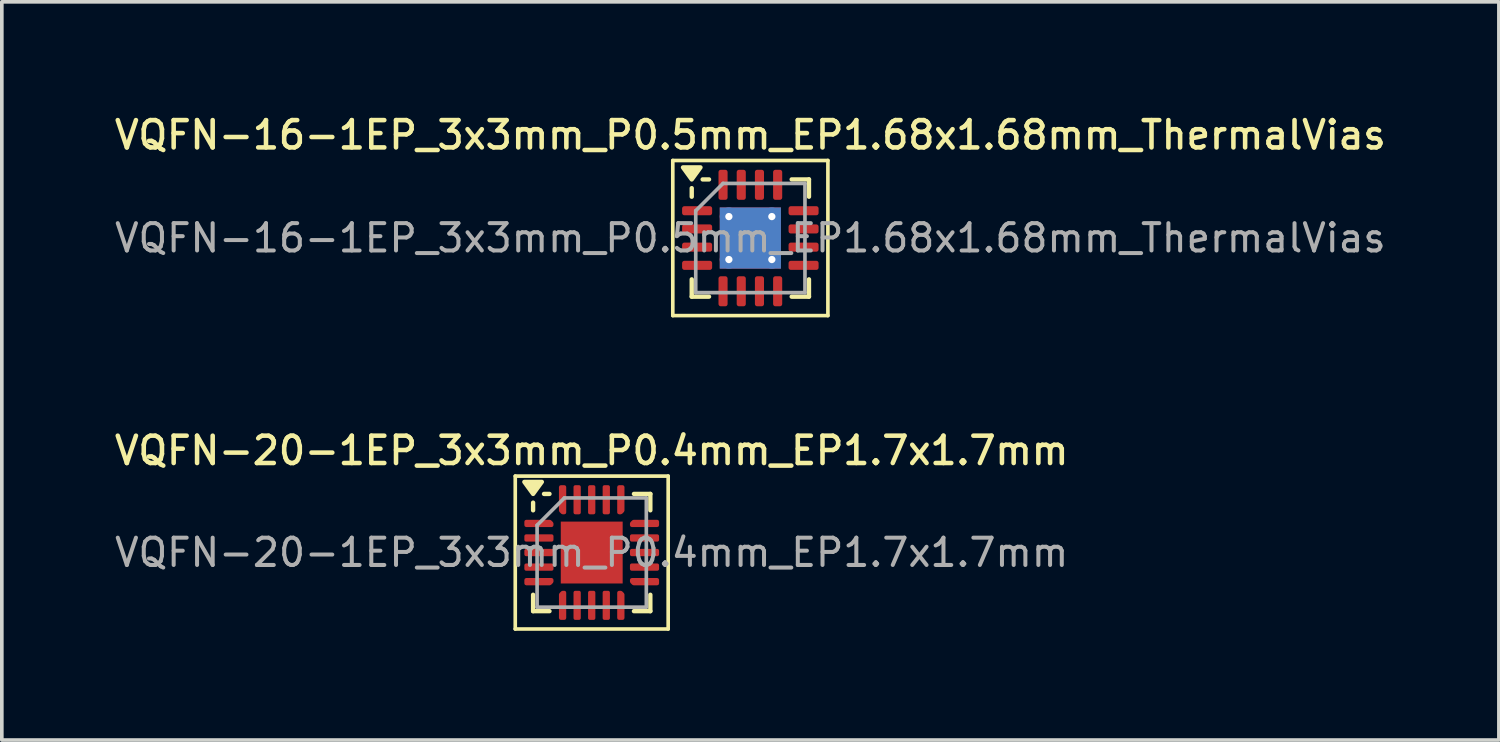
<source format=kicad_pcb>
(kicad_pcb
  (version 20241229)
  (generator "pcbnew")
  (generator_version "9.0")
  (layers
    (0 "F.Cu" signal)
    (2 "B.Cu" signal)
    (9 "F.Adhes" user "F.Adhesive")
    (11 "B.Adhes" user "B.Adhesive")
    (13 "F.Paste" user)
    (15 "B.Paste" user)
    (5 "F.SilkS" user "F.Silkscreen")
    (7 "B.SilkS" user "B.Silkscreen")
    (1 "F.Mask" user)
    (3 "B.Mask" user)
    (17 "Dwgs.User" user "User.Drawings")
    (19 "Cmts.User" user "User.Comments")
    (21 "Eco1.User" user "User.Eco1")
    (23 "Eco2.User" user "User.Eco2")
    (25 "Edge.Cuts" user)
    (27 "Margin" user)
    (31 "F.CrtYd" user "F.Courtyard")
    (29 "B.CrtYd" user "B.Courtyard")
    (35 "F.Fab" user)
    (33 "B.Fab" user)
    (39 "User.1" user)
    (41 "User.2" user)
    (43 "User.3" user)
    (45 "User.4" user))
  (footprint "VQFN-16-1EP_3x3mm_P0.5mm_EP1.68x1.68mm_ThermalVias"
    (layer "F.Cu")
    (at 17.559 3.488)
    (property "Reference" "VQFN-16-1EP_3x3mm_P0.5mm_EP1.68x1.68mm_ThermalVias" (at 0 -2.83 0) (layer "F.SilkS") (effects (font (size 0.75 0.75) (thickness 0.125))))
    (attr smd)
    (fp_line (start -2.13 -2.13) (end -2.13 2.13) (stroke (width 0.1) (type solid)) (layer "F.SilkS"))
    (fp_line (start -2.13 2.13) (end 2.13 2.13) (stroke (width 0.1) (type solid)) (layer "F.SilkS"))
    (fp_line (start -1.61 -1.135) (end -1.61 -1.37) (stroke (width 0.12) (type solid)) (layer "F.SilkS"))
    (fp_line (start -1.61 1.61) (end -1.61 1.135) (stroke (width 0.12) (type solid)) (layer "F.SilkS"))
    (fp_line (start -1.135 -1.61) (end -1.31 -1.61) (stroke (width 0.12) (type solid)) (layer "F.SilkS"))
    (fp_line (start -1.135 1.61) (end -1.61 1.61) (stroke (width 0.12) (type solid)) (layer "F.SilkS"))
    (fp_line (start 1.135 -1.61) (end 1.61 -1.61) (stroke (width 0.12) (type solid)) (layer "F.SilkS"))
    (fp_line (start 1.135 1.61) (end 1.61 1.61) (stroke (width 0.12) (type solid)) (layer "F.SilkS"))
    (fp_line (start 1.61 -1.61) (end 1.61 -1.135) (stroke (width 0.12) (type solid)) (layer "F.SilkS"))
    (fp_line (start 1.61 1.61) (end 1.61 1.135) (stroke (width 0.12) (type solid)) (layer "F.SilkS"))
    (fp_line (start 2.13 -2.13) (end -2.13 -2.13) (stroke (width 0.1) (type solid)) (layer "F.SilkS"))
    (fp_line (start 2.13 2.13) (end 2.13 -2.13) (stroke (width 0.1) (type solid)) (layer "F.SilkS"))
    (fp_poly (pts (xy -1.61 -1.61) (xy -1.85 -1.94) (xy -1.37 -1.94) (xy -1.61 -1.61)) (stroke (width 0.12) (type solid)) (fill yes) (layer "F.SilkS"))
    (fp_line (start -1.5 -0.75) (end -0.75 -1.5) (stroke (width 0.1) (type solid)) (layer "F.Fab"))
    (fp_line (start -1.5 1.5) (end -1.5 -0.75) (stroke (width 0.1) (type solid)) (layer "F.Fab"))
    (fp_line (start -0.75 -1.5) (end 1.5 -1.5) (stroke (width 0.1) (type solid)) (layer "F.Fab"))
    (fp_line (start 1.5 -1.5) (end 1.5 1.5) (stroke (width 0.1) (type solid)) (layer "F.Fab"))
    (fp_line (start 1.5 1.5) (end -1.5 1.5) (stroke (width 0.1) (type solid)) (layer "F.Fab"))
    (fp_text user "${REFERENCE}" (at 0 0 0) (layer "F.Fab") (effects (font (size 0.75 0.75) (thickness 0.11))))
    (pad "" smd roundrect (at -0.42 -0.42) (size 0.73 0.73) (layers "F.Paste") (roundrect_rratio 0.25))
    (pad "" smd roundrect (at -0.42 0.42) (size 0.73 0.73) (layers "F.Paste") (roundrect_rratio 0.25))
    (pad "" smd roundrect (at 0.42 -0.42) (size 0.73 0.73) (layers "F.Paste") (roundrect_rratio 0.25))
    (pad "" smd roundrect (at 0.42 0.42) (size 0.73 0.73) (layers "F.Paste") (roundrect_rratio 0.25))
    (pad "1" smd roundrect (at -1.462 -0.75) (size 0.825 0.25) (layers "F.Cu" "F.Mask" "F.Paste") (roundrect_rratio 0.25))
    (pad "2" smd roundrect (at -1.462 -0.25) (size 0.825 0.25) (layers "F.Cu" "F.Mask" "F.Paste") (roundrect_rratio 0.25))
    (pad "3" smd roundrect (at -1.462 0.25) (size 0.825 0.25) (layers "F.Cu" "F.Mask" "F.Paste") (roundrect_rratio 0.25))
    (pad "4" smd roundrect (at -1.462 0.75) (size 0.825 0.25) (layers "F.Cu" "F.Mask" "F.Paste") (roundrect_rratio 0.25))
    (pad "5" smd roundrect (at -0.75 1.462) (size 0.25 0.825) (layers "F.Cu" "F.Mask" "F.Paste") (roundrect_rratio 0.25))
    (pad "6" smd roundrect (at -0.25 1.462) (size 0.25 0.825) (layers "F.Cu" "F.Mask" "F.Paste") (roundrect_rratio 0.25))
    (pad "7" smd roundrect (at 0.25 1.462) (size 0.25 0.825) (layers "F.Cu" "F.Mask" "F.Paste") (roundrect_rratio 0.25))
    (pad "8" smd roundrect (at 0.75 1.462) (size 0.25 0.825) (layers "F.Cu" "F.Mask" "F.Paste") (roundrect_rratio 0.25))
    (pad "9" smd roundrect (at 1.462 0.75) (size 0.825 0.25) (layers "F.Cu" "F.Mask" "F.Paste") (roundrect_rratio 0.25))
    (pad "10" smd roundrect (at 1.462 0.25) (size 0.825 0.25) (layers "F.Cu" "F.Mask" "F.Paste") (roundrect_rratio 0.25))
    (pad "11" smd roundrect (at 1.462 -0.25) (size 0.825 0.25) (layers "F.Cu" "F.Mask" "F.Paste") (roundrect_rratio 0.25))
    (pad "12" smd roundrect (at 1.462 -0.75) (size 0.825 0.25) (layers "F.Cu" "F.Mask" "F.Paste") (roundrect_rratio 0.25))
    (pad "13" smd roundrect (at 0.75 -1.462) (size 0.25 0.825) (layers "F.Cu" "F.Mask" "F.Paste") (roundrect_rratio 0.25))
    (pad "14" smd roundrect (at 0.25 -1.462) (size 0.25 0.825) (layers "F.Cu" "F.Mask" "F.Paste") (roundrect_rratio 0.25))
    (pad "15" smd roundrect (at -0.25 -1.462) (size 0.25 0.825) (layers "F.Cu" "F.Mask" "F.Paste") (roundrect_rratio 0.25))
    (pad "16" smd roundrect (at -0.75 -1.462) (size 0.25 0.825) (layers "F.Cu" "F.Mask" "F.Paste") (roundrect_rratio 0.25))
    (pad "17" thru_hole circle (at -0.59 -0.59) (size 0.5 0.5) (drill 0.2) (property pad_prop_heatsink) (layers "*.Cu"))
    (pad "17" thru_hole circle (at -0.59 0.59) (size 0.5 0.5) (drill 0.2) (property pad_prop_heatsink) (layers "*.Cu"))
    (pad "17" smd rect (at 0 0) (size 1.68 1.68) (property pad_prop_heatsink) (layers "F.Cu" "F.Mask"))
    (pad "17" smd rect (at 0 0) (size 1.68 1.68) (property pad_prop_heatsink) (layers "B.Cu"))
    (pad "17" thru_hole circle (at 0.59 -0.59) (size 0.5 0.5) (drill 0.2) (property pad_prop_heatsink) (layers "*.Cu"))
    (pad "17" thru_hole circle (at 0.59 0.59) (size 0.5 0.5) (drill 0.2) (property pad_prop_heatsink) (layers "*.Cu")))
  (footprint "VQFN-20-1EP_3x3mm_P0.4mm_EP1.7x1.7mm"
    (layer "F.Cu")
    (at 13.202 12.126)
    (property "Reference" "VQFN-20-1EP_3x3mm_P0.4mm_EP1.7x1.7mm" (at 0 -2.8 0) (layer "F.SilkS") (effects (font (size 0.75 0.75) (thickness 0.125))))
    (attr smd)
    (fp_line (start -2.1 -2.1) (end -2.1 2.1) (stroke (width 0.1) (type solid)) (layer "F.SilkS"))
    (fp_line (start -2.1 2.1) (end 2.1 2.1) (stroke (width 0.1) (type solid)) (layer "F.SilkS"))
    (fp_line (start -1.61 -1.16) (end -1.61 -1.37) (stroke (width 0.12) (type solid)) (layer "F.SilkS"))
    (fp_line (start -1.61 1.61) (end -1.61 1.16) (stroke (width 0.12) (type solid)) (layer "F.SilkS"))
    (fp_line (start -1.16 -1.61) (end -1.31 -1.61) (stroke (width 0.12) (type solid)) (layer "F.SilkS"))
    (fp_line (start -1.16 1.61) (end -1.61 1.61) (stroke (width 0.12) (type solid)) (layer "F.SilkS"))
    (fp_line (start 1.16 -1.61) (end 1.61 -1.61) (stroke (width 0.12) (type solid)) (layer "F.SilkS"))
    (fp_line (start 1.16 1.61) (end 1.61 1.61) (stroke (width 0.12) (type solid)) (layer "F.SilkS"))
    (fp_line (start 1.61 -1.61) (end 1.61 -1.16) (stroke (width 0.12) (type solid)) (layer "F.SilkS"))
    (fp_line (start 1.61 1.61) (end 1.61 1.16) (stroke (width 0.12) (type solid)) (layer "F.SilkS"))
    (fp_line (start 2.1 -2.1) (end -2.1 -2.1) (stroke (width 0.1) (type solid)) (layer "F.SilkS"))
    (fp_line (start 2.1 2.1) (end 2.1 -2.1) (stroke (width 0.1) (type solid)) (layer "F.SilkS"))
    (fp_poly (pts (xy -1.61 -1.61) (xy -1.85 -1.94) (xy -1.37 -1.94) (xy -1.61 -1.61)) (stroke (width 0.12) (type solid)) (fill yes) (layer "F.SilkS"))
    (fp_line (start -1.5 -0.75) (end -0.75 -1.5) (stroke (width 0.1) (type solid)) (layer "F.Fab"))
    (fp_line (start -1.5 1.5) (end -1.5 -0.75) (stroke (width 0.1) (type solid)) (layer "F.Fab"))
    (fp_line (start -0.75 -1.5) (end 1.5 -1.5) (stroke (width 0.1) (type solid)) (layer "F.Fab"))
    (fp_line (start 1.5 -1.5) (end 1.5 1.5) (stroke (width 0.1) (type solid)) (layer "F.Fab"))
    (fp_line (start 1.5 1.5) (end -1.5 1.5) (stroke (width 0.1) (type solid)) (layer "F.Fab"))
    (fp_text user "${REFERENCE}" (at 0 0 0) (layer "F.Fab") (effects (font (size 0.75 0.75) (thickness 0.11))))
    (pad "" smd roundrect (at -0.425 -0.425) (size 0.69 0.69) (layers "F.Paste") (roundrect_rratio 0.25))
    (pad "" smd roundrect (at -0.425 0.425) (size 0.69 0.69) (layers "F.Paste") (roundrect_rratio 0.25))
    (pad "" smd roundrect (at 0.425 -0.425) (size 0.69 0.69) (layers "F.Paste") (roundrect_rratio 0.25))
    (pad "" smd roundrect (at 0.425 0.425) (size 0.69 0.69) (layers "F.Paste") (roundrect_rratio 0.25))
    (pad "1" smd custom (at -1.45 -0.8) (size 0.143 0.143) (layers "F.Cu" "F.Mask" "F.Paste") (options (anchor circle)) (primitives (gr_poly (pts (xy -0.35 -0.05) (xy 0.299 -0.05) (xy 0.35 0.001) (xy 0.35 0.05) (xy -0.35 0.05)) (width 0.1) (fill yes))))
    (pad "2" smd roundrect (at -1.45 -0.4) (size 0.8 0.2) (layers "F.Cu" "F.Mask" "F.Paste") (roundrect_rratio 0.25))
    (pad "3" smd roundrect (at -1.45 0) (size 0.8 0.2) (layers "F.Cu" "F.Mask" "F.Paste") (roundrect_rratio 0.25))
    (pad "4" smd roundrect (at -1.45 0.4) (size 0.8 0.2) (layers "F.Cu" "F.Mask" "F.Paste") (roundrect_rratio 0.25))
    (pad "5" smd custom (at -1.45 0.8) (size 0.143 0.143) (layers "F.Cu" "F.Mask" "F.Paste") (options (anchor circle)) (primitives (gr_poly (pts (xy -0.35 -0.05) (xy 0.35 -0.05) (xy 0.35 -0.001) (xy 0.299 0.05) (xy -0.35 0.05)) (width 0.1) (fill yes))))
    (pad "6" smd custom (at -0.8 1.45) (size 0.143 0.143) (layers "F.Cu" "F.Mask" "F.Paste") (options (anchor circle)) (primitives (gr_poly (pts (xy -0.05 -0.299) (xy 0.001 -0.35) (xy 0.05 -0.35) (xy 0.05 0.35) (xy -0.05 0.35)) (width 0.1) (fill yes))))
    (pad "7" smd roundrect (at -0.4 1.45) (size 0.2 0.8) (layers "F.Cu" "F.Mask" "F.Paste") (roundrect_rratio 0.25))
    (pad "8" smd roundrect (at 0 1.45) (size 0.2 0.8) (layers "F.Cu" "F.Mask" "F.Paste") (roundrect_rratio 0.25))
    (pad "9" smd roundrect (at 0.4 1.45) (size 0.2 0.8) (layers "F.Cu" "F.Mask" "F.Paste") (roundrect_rratio 0.25))
    (pad "10" smd custom (at 0.8 1.45) (size 0.143 0.143) (layers "F.Cu" "F.Mask" "F.Paste") (options (anchor circle)) (primitives (gr_poly (pts (xy -0.05 -0.35) (xy -0.001 -0.35) (xy 0.05 -0.299) (xy 0.05 0.35) (xy -0.05 0.35)) (width 0.1) (fill yes))))
    (pad "11" smd custom (at 1.45 0.8) (size 0.143 0.143) (layers "F.Cu" "F.Mask" "F.Paste") (options (anchor circle)) (primitives (gr_poly (pts (xy -0.35 -0.05) (xy 0.35 -0.05) (xy 0.35 0.05) (xy -0.299 0.05) (xy -0.35 -0.001)) (width 0.1) (fill yes))))
    (pad "12" smd roundrect (at 1.45 0.4) (size 0.8 0.2) (layers "F.Cu" "F.Mask" "F.Paste") (roundrect_rratio 0.25))
    (pad "13" smd roundrect (at 1.45 0) (size 0.8 0.2) (layers "F.Cu" "F.Mask" "F.Paste") (roundrect_rratio 0.25))
    (pad "14" smd roundrect (at 1.45 -0.4) (size 0.8 0.2) (layers "F.Cu" "F.Mask" "F.Paste") (roundrect_rratio 0.25))
    (pad "15" smd custom (at 1.45 -0.8) (size 0.143 0.143) (layers "F.Cu" "F.Mask" "F.Paste") (options (anchor circle)) (primitives (gr_poly (pts (xy -0.35 0.001) (xy -0.299 -0.05) (xy 0.35 -0.05) (xy 0.35 0.05) (xy -0.35 0.05)) (width 0.1) (fill yes))))
    (pad "16" smd custom (at 0.8 -1.45) (size 0.143 0.143) (layers "F.Cu" "F.Mask" "F.Paste") (options (anchor circle)) (primitives (gr_poly (pts (xy -0.05 -0.35) (xy 0.05 -0.35) (xy 0.05 0.299) (xy -0.001 0.35) (xy -0.05 0.35)) (width 0.1) (fill yes))))
    (pad "17" smd roundrect (at 0.4 -1.45) (size 0.2 0.8) (layers "F.Cu" "F.Mask" "F.Paste") (roundrect_rratio 0.25))
    (pad "18" smd roundrect (at 0 -1.45) (size 0.2 0.8) (layers "F.Cu" "F.Mask" "F.Paste") (roundrect_rratio 0.25))
    (pad "19" smd roundrect (at -0.4 -1.45) (size 0.2 0.8) (layers "F.Cu" "F.Mask" "F.Paste") (roundrect_rratio 0.25))
    (pad "20" smd custom (at -0.8 -1.45) (size 0.143 0.143) (layers "F.Cu" "F.Mask" "F.Paste") (options (anchor circle)) (primitives (gr_poly (pts (xy -0.05 -0.35) (xy 0.05 -0.35) (xy 0.05 0.35) (xy 0.001 0.35) (xy -0.05 0.299)) (width 0.1) (fill yes))))
    (pad "21" smd rect (at 0 0) (size 1.7 1.7) (property pad_prop_heatsink) (layers "F.Cu" "F.Mask")))
  (gr_rect
    (start -3 -3)
    (end 38.118 17.276)
    (stroke (width 0.1) (type default))
    (fill no)
    (layer "Edge.Cuts")))
</source>
